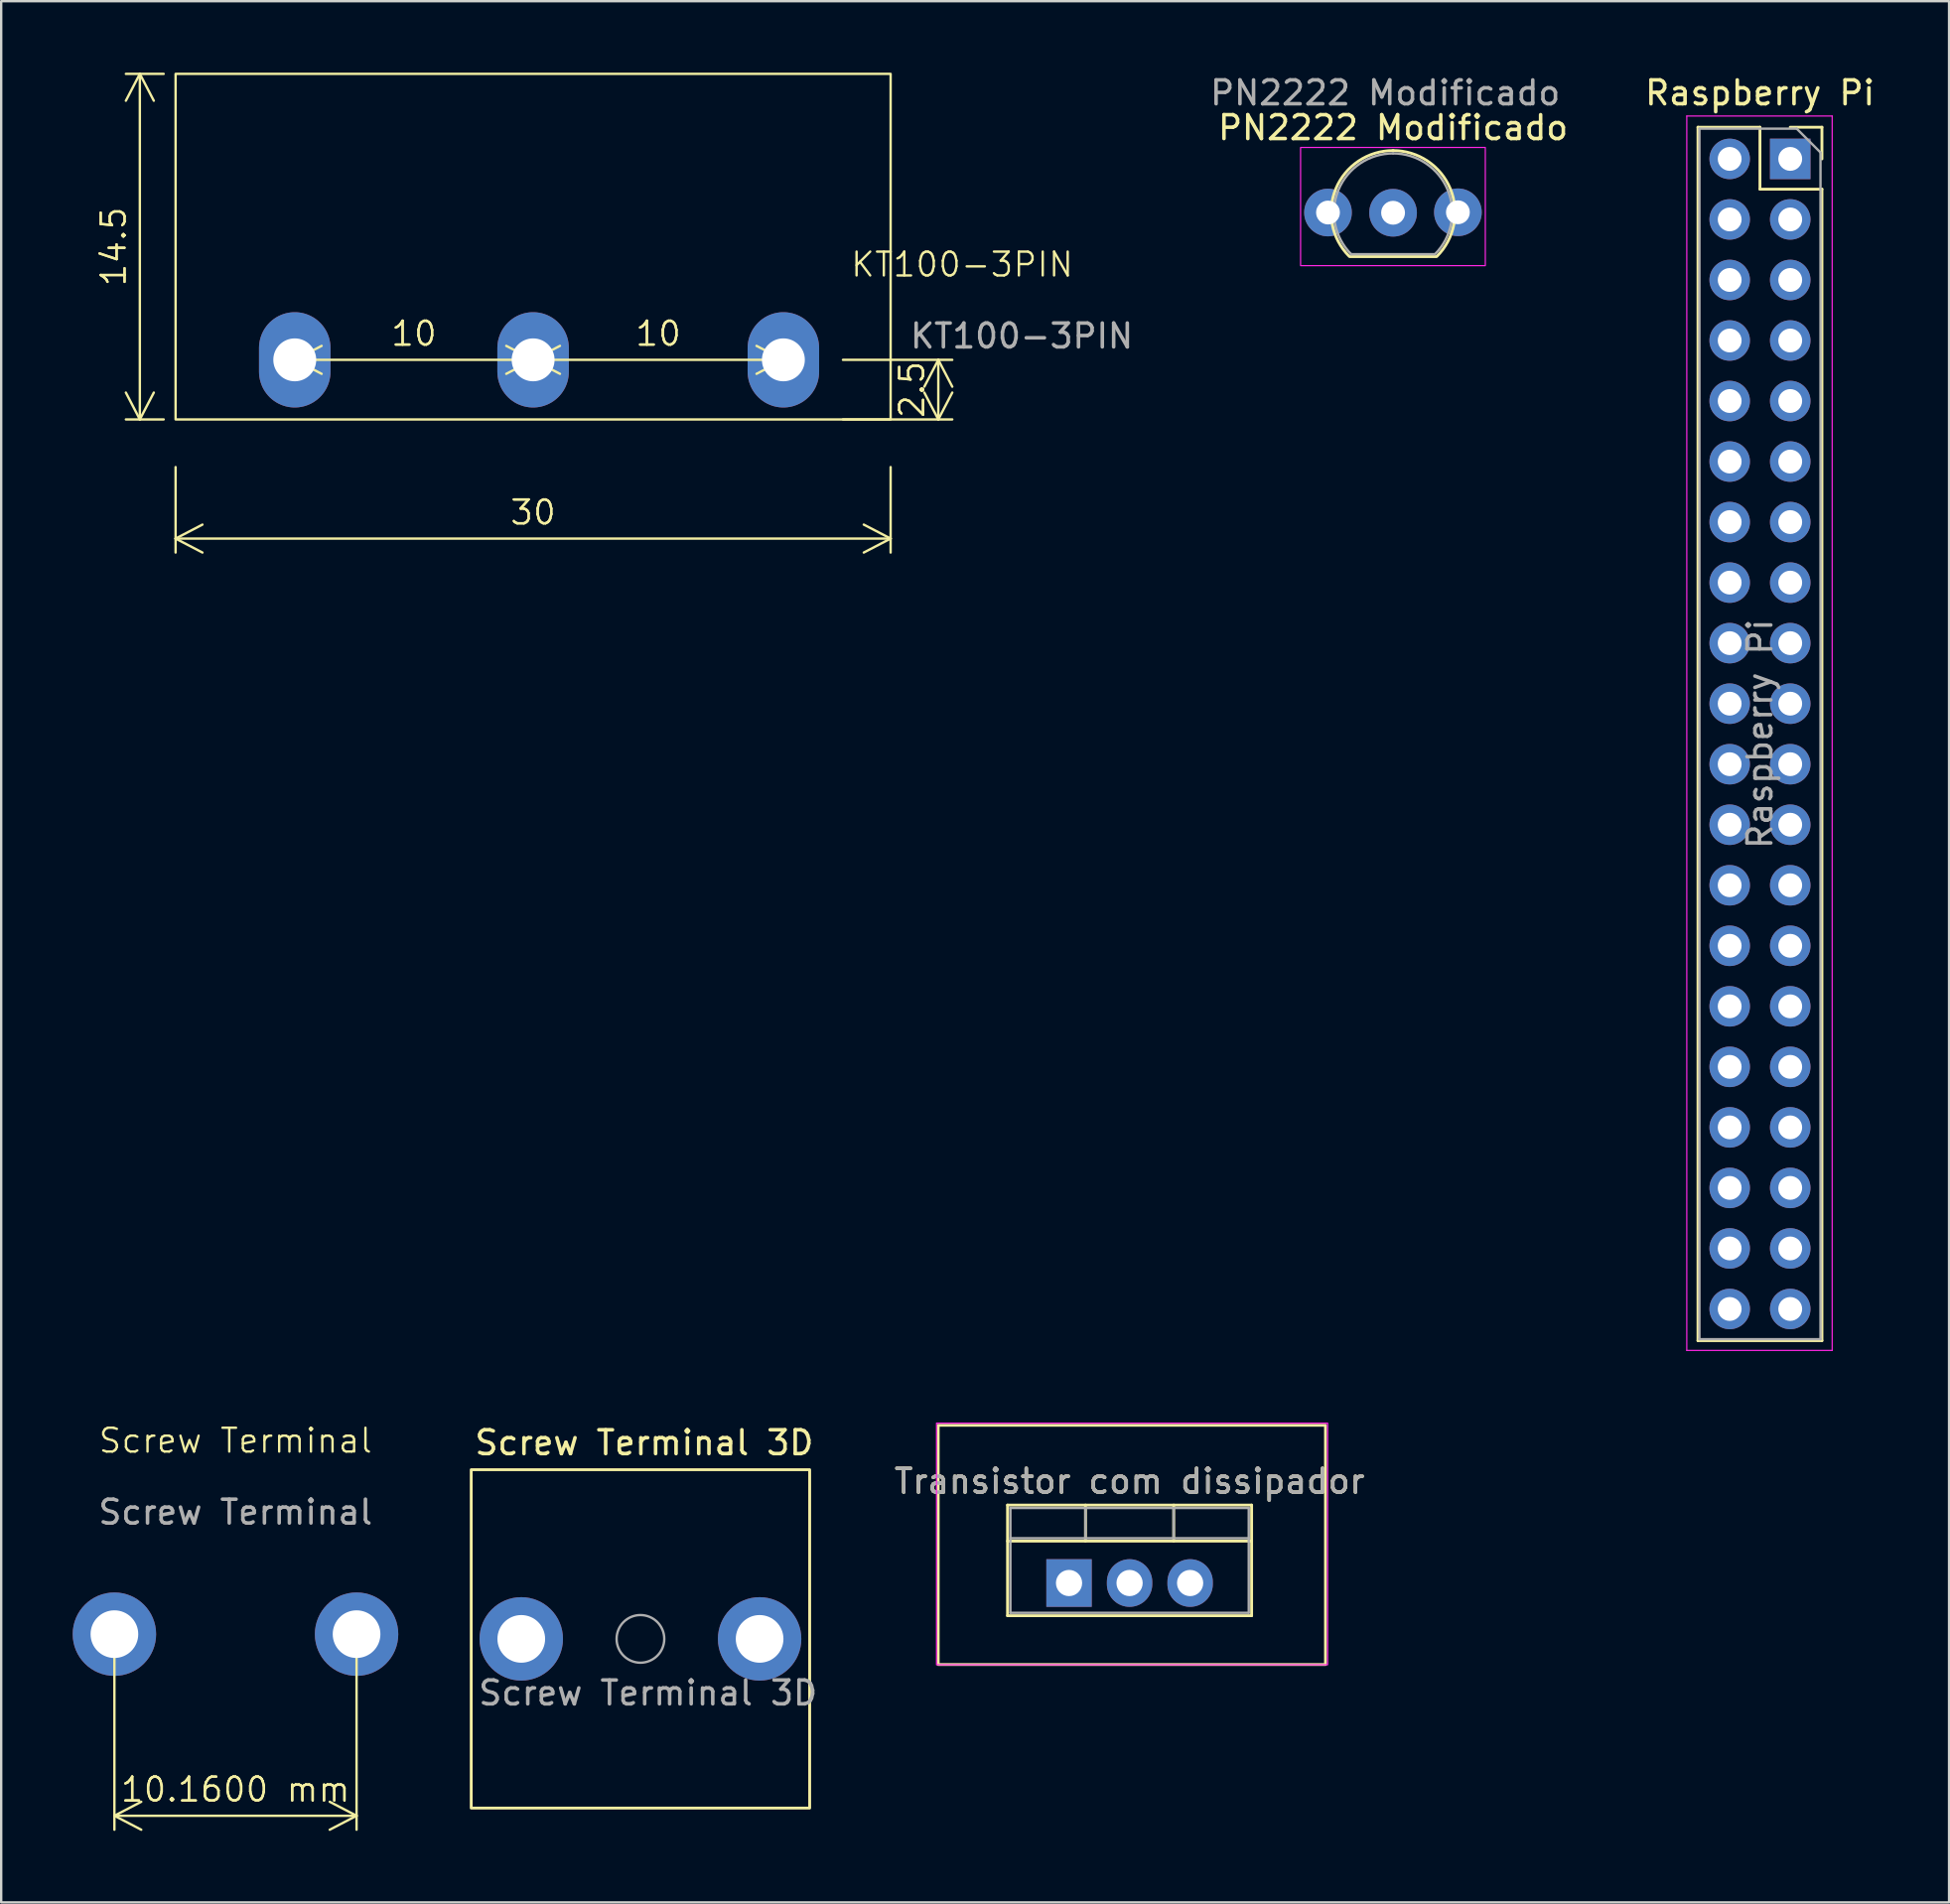
<source format=kicad_pcb>
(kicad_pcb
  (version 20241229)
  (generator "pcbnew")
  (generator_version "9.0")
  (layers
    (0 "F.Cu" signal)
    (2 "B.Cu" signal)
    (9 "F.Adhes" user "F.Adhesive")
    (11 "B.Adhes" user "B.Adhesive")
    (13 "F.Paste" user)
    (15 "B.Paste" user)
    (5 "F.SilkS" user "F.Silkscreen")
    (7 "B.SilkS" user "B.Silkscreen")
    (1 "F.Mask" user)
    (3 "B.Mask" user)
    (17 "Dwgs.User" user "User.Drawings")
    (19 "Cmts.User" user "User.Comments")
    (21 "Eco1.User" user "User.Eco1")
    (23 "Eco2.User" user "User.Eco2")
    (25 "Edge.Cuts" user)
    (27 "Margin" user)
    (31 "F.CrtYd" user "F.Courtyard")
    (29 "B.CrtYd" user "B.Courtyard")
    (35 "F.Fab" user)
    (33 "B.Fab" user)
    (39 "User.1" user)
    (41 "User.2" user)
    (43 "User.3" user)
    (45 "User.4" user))
  (footprint "Raspberry Pi"
    (layer "F.Cu")
    (at 72.06 3.618)
    (property "Reference" "Raspberry Pi" (at -1.27 -2.77 0) (layer "F.SilkS") (effects (font (size 1 1) (thickness 0.15))))
    (attr through_hole)
    (fp_line (start -3.87 -1.33) (end -3.87 49.59) (stroke (width 0.12) (type solid)) (layer "F.SilkS"))
    (fp_line (start -3.87 -1.33) (end -1.27 -1.33) (stroke (width 0.12) (type solid)) (layer "F.SilkS"))
    (fp_line (start -3.87 49.59) (end 1.33 49.59) (stroke (width 0.12) (type solid)) (layer "F.SilkS"))
    (fp_line (start -1.27 -1.33) (end -1.27 1.27) (stroke (width 0.12) (type solid)) (layer "F.SilkS"))
    (fp_line (start -1.27 1.27) (end 1.33 1.27) (stroke (width 0.12) (type solid)) (layer "F.SilkS"))
    (fp_line (start 0 -1.33) (end 1.33 -1.33) (stroke (width 0.12) (type solid)) (layer "F.SilkS"))
    (fp_line (start 1.33 -1.33) (end 1.33 0) (stroke (width 0.12) (type solid)) (layer "F.SilkS"))
    (fp_line (start 1.33 1.27) (end 1.33 49.59) (stroke (width 0.12) (type solid)) (layer "F.SilkS"))
    (fp_line (start -4.34 -1.8) (end 1.76 -1.8) (stroke (width 0.05) (type solid)) (layer "F.CrtYd"))
    (fp_line (start -4.34 50) (end -4.34 -1.8) (stroke (width 0.05) (type solid)) (layer "F.CrtYd"))
    (fp_line (start 1.76 -1.8) (end 1.76 50) (stroke (width 0.05) (type solid)) (layer "F.CrtYd"))
    (fp_line (start 1.76 50) (end -4.34 50) (stroke (width 0.05) (type solid)) (layer "F.CrtYd"))
    (fp_line (start -3.81 -1.27) (end 0.27 -1.27) (stroke (width 0.1) (type solid)) (layer "F.Fab"))
    (fp_line (start -3.81 49.53) (end -3.81 -1.27) (stroke (width 0.1) (type solid)) (layer "F.Fab"))
    (fp_line (start 0.27 -1.27) (end 1.27 -0.27) (stroke (width 0.1) (type solid)) (layer "F.Fab"))
    (fp_line (start 1.27 -0.27) (end 1.27 49.53) (stroke (width 0.1) (type solid)) (layer "F.Fab"))
    (fp_line (start 1.27 49.53) (end -3.81 49.53) (stroke (width 0.1) (type solid)) (layer "F.Fab"))
    (fp_text user "${REFERENCE}" (at -1.27 24.13 90) (layer "F.Fab") (effects (font (size 1 1) (thickness 0.15))))
    (pad "1" thru_hole rect (at 0 0) (size 1.7 1.7) (drill 1) (layers "*.Cu" "*.Mask"))
    (pad "2" thru_hole oval (at -2.54 0) (size 1.7 1.7) (drill 1) (layers "*.Cu" "*.Mask"))
    (pad "3" thru_hole oval (at 0 2.54) (size 1.7 1.7) (drill 1) (layers "*.Cu" "*.Mask"))
    (pad "4" thru_hole oval (at -2.54 2.54) (size 1.7 1.7) (drill 1) (layers "*.Cu" "*.Mask"))
    (pad "5" thru_hole oval (at 0 5.08) (size 1.7 1.7) (drill 1) (layers "*.Cu" "*.Mask"))
    (pad "6" thru_hole oval (at -2.54 5.08) (size 1.7 1.7) (drill 1) (layers "*.Cu" "*.Mask"))
    (pad "7" thru_hole oval (at 0 7.62) (size 1.7 1.7) (drill 1) (layers "*.Cu" "*.Mask"))
    (pad "8" thru_hole oval (at -2.54 7.62) (size 1.7 1.7) (drill 1) (layers "*.Cu" "*.Mask"))
    (pad "9" thru_hole oval (at 0 10.16) (size 1.7 1.7) (drill 1) (layers "*.Cu" "*.Mask"))
    (pad "10" thru_hole oval (at -2.54 10.16) (size 1.7 1.7) (drill 1) (layers "*.Cu" "*.Mask"))
    (pad "11" thru_hole oval (at 0 12.7) (size 1.7 1.7) (drill 1) (layers "*.Cu" "*.Mask"))
    (pad "12" thru_hole oval (at -2.54 12.7) (size 1.7 1.7) (drill 1) (layers "*.Cu" "*.Mask"))
    (pad "13" thru_hole oval (at 0 15.24) (size 1.7 1.7) (drill 1) (layers "*.Cu" "*.Mask"))
    (pad "14" thru_hole oval (at -2.54 15.24) (size 1.7 1.7) (drill 1) (layers "*.Cu" "*.Mask"))
    (pad "15" thru_hole oval (at 0 17.78) (size 1.7 1.7) (drill 1) (layers "*.Cu" "*.Mask"))
    (pad "16" thru_hole oval (at -2.54 17.78) (size 1.7 1.7) (drill 1) (layers "*.Cu" "*.Mask"))
    (pad "17" thru_hole oval (at 0 20.32) (size 1.7 1.7) (drill 1) (layers "*.Cu" "*.Mask"))
    (pad "18" thru_hole oval (at -2.54 20.32) (size 1.7 1.7) (drill 1) (layers "*.Cu" "*.Mask"))
    (pad "19" thru_hole oval (at 0 22.86) (size 1.7 1.7) (drill 1) (layers "*.Cu" "*.Mask"))
    (pad "20" thru_hole oval (at -2.54 22.86) (size 1.7 1.7) (drill 1) (layers "*.Cu" "*.Mask"))
    (pad "21" thru_hole oval (at 0 25.4) (size 1.7 1.7) (drill 1) (layers "*.Cu" "*.Mask"))
    (pad "22" thru_hole oval (at -2.54 25.4) (size 1.7 1.7) (drill 1) (layers "*.Cu" "*.Mask"))
    (pad "23" thru_hole oval (at 0 27.94) (size 1.7 1.7) (drill 1) (layers "*.Cu" "*.Mask"))
    (pad "24" thru_hole oval (at -2.54 27.94) (size 1.7 1.7) (drill 1) (layers "*.Cu" "*.Mask"))
    (pad "25" thru_hole oval (at 0 30.48) (size 1.7 1.7) (drill 1) (layers "*.Cu" "*.Mask"))
    (pad "26" thru_hole oval (at -2.54 30.48) (size 1.7 1.7) (drill 1) (layers "*.Cu" "*.Mask"))
    (pad "27" thru_hole oval (at 0 33.02) (size 1.7 1.7) (drill 1) (layers "*.Cu" "*.Mask"))
    (pad "28" thru_hole oval (at -2.54 33.02) (size 1.7 1.7) (drill 1) (layers "*.Cu" "*.Mask"))
    (pad "29" thru_hole oval (at 0 35.56) (size 1.7 1.7) (drill 1) (layers "*.Cu" "*.Mask"))
    (pad "30" thru_hole oval (at -2.54 35.56) (size 1.7 1.7) (drill 1) (layers "*.Cu" "*.Mask"))
    (pad "31" thru_hole oval (at 0 38.1) (size 1.7 1.7) (drill 1) (layers "*.Cu" "*.Mask"))
    (pad "32" thru_hole oval (at -2.54 38.1) (size 1.7 1.7) (drill 1) (layers "*.Cu" "*.Mask"))
    (pad "33" thru_hole oval (at 0 40.64) (size 1.7 1.7) (drill 1) (layers "*.Cu" "*.Mask"))
    (pad "34" thru_hole oval (at -2.54 40.64) (size 1.7 1.7) (drill 1) (layers "*.Cu" "*.Mask"))
    (pad "35" thru_hole oval (at 0 43.18) (size 1.7 1.7) (drill 1) (layers "*.Cu" "*.Mask"))
    (pad "36" thru_hole oval (at -2.54 43.18) (size 1.7 1.7) (drill 1) (layers "*.Cu" "*.Mask"))
    (pad "37" thru_hole oval (at 0 45.72) (size 1.7 1.7) (drill 1) (layers "*.Cu" "*.Mask"))
    (pad "38" thru_hole oval (at -2.54 45.72) (size 1.7 1.7) (drill 1) (layers "*.Cu" "*.Mask"))
    (pad "39" thru_hole oval (at 0 48.26) (size 1.7 1.7) (drill 1) (layers "*.Cu" "*.Mask"))
    (pad "40" thru_hole oval (at -2.54 48.26) (size 1.7 1.7) (drill 1) (layers "*.Cu" "*.Mask")))
  (footprint "Transistor com dissipador"
    (layer "F.Cu")
    (at 41.802 63.378)
    (property "Reference" "Transistor com dissipador" (at 2.54 -4.27 0) (layer "F.SilkS") (effects (font (size 1 1) (thickness 0.15))))
    (attr through_hole)
    (fp_line (start -2.58 -3.27) (end -2.58 1.371) (stroke (width 0.12) (type solid)) (layer "F.SilkS"))
    (fp_line (start -2.58 -3.27) (end 7.66 -3.27) (stroke (width 0.12) (type solid)) (layer "F.SilkS"))
    (fp_line (start -2.58 -1.76) (end 7.66 -1.76) (stroke (width 0.12) (type solid)) (layer "F.SilkS"))
    (fp_line (start -2.58 1.371) (end 7.66 1.371) (stroke (width 0.12) (type solid)) (layer "F.SilkS"))
    (fp_line (start 0.69 -3.27) (end 0.69 -1.76) (stroke (width 0.12) (type solid)) (layer "F.SilkS"))
    (fp_line (start 4.391 -3.27) (end 4.391 -1.76) (stroke (width 0.12) (type solid)) (layer "F.SilkS"))
    (fp_line (start 7.66 -3.27) (end 7.66 1.371) (stroke (width 0.12) (type solid)) (layer "F.SilkS"))
    (fp_rect (start -5.49 -6.62) (end 10.76 3.42) (stroke (width 0.12) (type default)) (fill no) (layer "F.SilkS"))
    (fp_rect (start -5.56 -6.71) (end 10.85 3.43) (stroke (width 0.05) (type default)) (fill no) (layer "F.CrtYd"))
    (fp_line (start -2.46 -3.15) (end -2.46 1.25) (stroke (width 0.1) (type solid)) (layer "F.Fab"))
    (fp_line (start -2.46 -1.88) (end 7.54 -1.88) (stroke (width 0.1) (type solid)) (layer "F.Fab"))
    (fp_line (start -2.46 1.25) (end 7.54 1.25) (stroke (width 0.1) (type solid)) (layer "F.Fab"))
    (fp_line (start 0.69 -3.15) (end 0.69 -1.88) (stroke (width 0.1) (type solid)) (layer "F.Fab"))
    (fp_line (start 4.39 -3.15) (end 4.39 -1.88) (stroke (width 0.1) (type solid)) (layer "F.Fab"))
    (fp_line (start 7.54 -3.15) (end -2.46 -3.15) (stroke (width 0.1) (type solid)) (layer "F.Fab"))
    (fp_line (start 7.54 1.25) (end 7.54 -3.15) (stroke (width 0.1) (type solid)) (layer "F.Fab"))
    (fp_text user "${REFERENCE}" (at 2.54 -4.27 0) (layer "F.Fab") (effects (font (size 1 1) (thickness 0.15))))
    (pad "1" thru_hole rect (at 0 0) (size 1.905 2) (drill 1.1) (layers "*.Cu" "*.Mask"))
    (pad "2" thru_hole oval (at 2.54 0) (size 1.905 2) (drill 1.1) (layers "*.Cu" "*.Mask"))
    (pad "3" thru_hole oval (at 5.08 0) (size 1.905 2) (drill 1.1) (layers "*.Cu" "*.Mask")))
  (footprint "KT100-3PIN"
    (layer "F.Cu")
    (at 15.317 14.55)
    (property "Reference" "KT100-3PIN" (at 22 -6.5 0) (unlocked yes) (layer "F.SilkS") (effects (font (size 1 1) (thickness 0.1))))
    (attr smd)
    (fp_rect (start -11 -14.5) (end 19 0) (stroke (width 0.1) (type default)) (fill no) (layer "F.SilkS"))
    (fp_text user "${REFERENCE}" (at 24.5 -3.5 0) (unlocked yes) (layer "F.Fab") (effects (font (size 1 1) (thickness 0.15))))
    (dimension (type orthogonal) (layer "F.SilkS") (pts (xy 19.317 12.05) (xy 29.817 12.05)) (height 0) (orientation 0) (format (prefix "") (suffix "") (units 3) (units_format 0) (precision 4) (override_value "10") (suppress_zeroes yes)) (style (thickness 0.1) (arrow_length 1.27) (text_position_mode 0) (arrow_direction outward) (extension_height 0.586) (extension_offset 0.5) (keep_text_aligned yes)) (gr_text "10" (at 24.567 10.95 0) (layer "F.SilkS") (effects (font (size 1 1) (thickness 0.1)))))
    (dimension (type orthogonal) (layer "F.SilkS") (pts (xy 4.317 0.05) (xy 4.317 14.55)) (height -1.5) (orientation 1) (format (prefix "") (suffix "") (units 3) (units_format 0) (precision 4) (suppress_zeroes yes)) (style (thickness 0.1) (arrow_length 1.27) (text_position_mode 0) (arrow_direction outward) (extension_height 0.586) (extension_offset 0.5) (keep_text_aligned yes)) (gr_text "14.5" (at 1.717 7.3 90) (layer "F.SilkS") (effects (font (size 1 1) (thickness 0.1)))))
    (dimension (type orthogonal) (layer "F.SilkS") (pts (xy 4.317 16.05) (xy 34.317 16.05)) (height 3.5) (orientation 0) (format (prefix "") (suffix "") (units 3) (units_format 0) (precision 4) (suppress_zeroes yes)) (style (thickness 0.1) (arrow_length 1.27) (text_position_mode 0) (arrow_direction outward) (extension_height 0.586) (extension_offset 0.5) (keep_text_aligned yes)) (gr_text "30" (at 19.317 18.45 0) (layer "F.SilkS") (effects (font (size 1 1) (thickness 0.1)))))
    (dimension (type orthogonal) (layer "F.SilkS") (pts (xy 31.817 12.05) (xy 31.817 14.55)) (height 4.5) (orientation 1) (format (prefix "") (suffix "") (units 3) (units_format 0) (precision 4) (suppress_zeroes yes)) (style (thickness 0.1) (arrow_length 1.27) (text_position_mode 0) (arrow_direction outward) (extension_height 0.586) (extension_offset 0.5) (keep_text_aligned yes)) (gr_text "2.5" (at 35.217 13.3 90) (layer "F.SilkS") (effects (font (size 1 1) (thickness 0.1)))))
    (dimension (type orthogonal) (layer "F.SilkS") (pts (xy 9.317 12.05) (xy 19.317 12.05)) (height 0) (orientation 0) (format (prefix "") (suffix "") (units 3) (units_format 0) (precision 4) (suppress_zeroes yes)) (style (thickness 0.1) (arrow_length 1.27) (text_position_mode 0) (arrow_direction outward) (extension_height 0.586) (extension_offset 0.5) (keep_text_aligned yes)) (gr_text "10" (at 14.317 10.95 0) (layer "F.SilkS") (effects (font (size 1 1) (thickness 0.1)))))
    (pad "1" thru_hole oval (at -6 -2.5 90) (size 4 3) (drill 1.8) (layers "*.Cu" "*.Mask"))
    (pad "2" thru_hole oval (at 4 -2.5 90) (size 4 3) (drill 1.8) (layers "*.Cu" "*.Mask"))
    (pad "3" thru_hole oval (at 14.5 -2.5 90) (size 4 3) (drill 1.8) (layers "*.Cu" "*.Mask")))
  (footprint "Screw Terminal 3D"
    (layer "F.Cu")
    (at 18.82 65.722)
    (property "Reference" "Screw Terminal 3D" (at 5.16 -8.23 0) (layer "F.SilkS") (effects (font (size 1 1) (thickness 0.15))))
    (attr through_hole)
    (fp_rect (start -2.1 7.1) (end 12.1 -7.1) (stroke (width 0.12) (type default)) (fill no) (layer "F.SilkS"))
    (fp_circle (center 5 0) (end 6 0) (stroke (width 0.1) (type solid)) (fill no) (layer "F.Fab"))
    (fp_text user "${REFERENCE}" (at 5.32 2.27 0) (layer "F.Fab") (effects (font (size 1 1) (thickness 0.15))))
    (pad "1" thru_hole circle (at 0 0) (size 3.5 3.5) (drill 2) (layers "*.Cu" "*.Mask"))
    (pad "2" thru_hole circle (at 10 0) (size 3.5 3.5) (drill 2) (layers "*.Cu" "*.Mask")))
  (footprint "PN2222 Modificado"
    (layer "F.Cu")
    (at 54.127 5.868)
    (property "Reference" "PN2222 Modificado" (at 1.27 -3.56 0) (layer "F.SilkS") (effects (font (size 1 1) (thickness 0.15))))
    (attr through_hole)
    (fp_line (start -0.53 1.85) (end 3.07 1.85) (stroke (width 0.12) (type solid)) (layer "F.SilkS"))
    (fp_arc (start -0.568478 1.838478) (mid -1.132087 -0.994977) (end 1.27 -2.6) (stroke (width 0.12) (type solid)) (layer "F.SilkS"))
    (fp_arc (start 1.27 -2.6) (mid 3.672087 -0.994977) (end 3.108478 1.838478) (stroke (width 0.12) (type solid)) (layer "F.SilkS"))
    (fp_rect (start -2.61 2.23) (end 5.14 -2.73) (stroke (width 0.05) (type default)) (fill no) (layer "F.CrtYd"))
    (fp_line (start -0.5 1.75) (end 3 1.75) (stroke (width 0.1) (type solid)) (layer "F.Fab"))
    (fp_arc (start -0.483625 1.753625) (mid -1.021221 -0.949055) (end 1.27 -2.48) (stroke (width 0.1) (type solid)) (layer "F.Fab"))
    (fp_arc (start 1.27 -2.48) (mid 3.561221 -0.949055) (end 3.023625 1.753625) (stroke (width 0.1) (type solid)) (layer "F.Fab"))
    (fp_text user "${REFERENCE}" (at 0.94 -5.02 0) (layer "F.Fab") (effects (font (size 1 1) (thickness 0.15))))
    (pad "1" thru_hole circle (at -1.46 0) (size 2 2) (drill 1) (layers "*.Cu" "*.Mask"))
    (pad "2" thru_hole circle (at 1.27 0.01) (size 2 2) (drill 1) (layers "*.Cu" "*.Mask"))
    (pad "3" thru_hole circle (at 3.99 -0.01) (size 2 2) (drill 1) (layers "*.Cu" "*.Mask")))
  (footprint "Screw Terminal"
    (layer "F.Cu")
    (at 6.83 57.904)
    (property "Reference" "Screw Terminal" (at 0 -0.5 0) (unlocked yes) (layer "F.SilkS") (effects (font (size 1 1) (thickness 0.1))))
    (attr through_hole)
    (fp_text user "${REFERENCE}" (at 0 2.5 0) (unlocked yes) (layer "F.Fab") (effects (font (size 1 1) (thickness 0.15))))
    (dimension (type aligned) (layer "F.SilkS") (pts (xy 11.91 65.524) (xy 1.75 65.524)) (height -7.62) (format (prefix "") (suffix "") (units 3) (units_format 1) (precision 4)) (style (thickness 0.1) (arrow_length 1.27) (text_position_mode 0) (arrow_direction outward) (extension_height 0.586) (extension_offset 0.5) (keep_text_aligned yes)) (gr_text "10.1600 mm" (at 6.83 72.044 0) (layer "F.SilkS") (effects (font (size 1 1) (thickness 0.1)))))
    (pad "1" thru_hole circle (at -5.08 7.62) (size 3.5 3.5) (drill 2) (layers "*.Cu" "*.Mask"))
    (pad "2" thru_hole circle (at 5.08 7.62) (size 3.5 3.5) (drill 2) (layers "*.Cu" "*.Mask")))
  (gr_rect
    (start -3 -3)
    (end 78.724 76.78)
    (stroke (width 0.1) (type default))
    (fill no)
    (layer "Edge.Cuts")))
</source>
